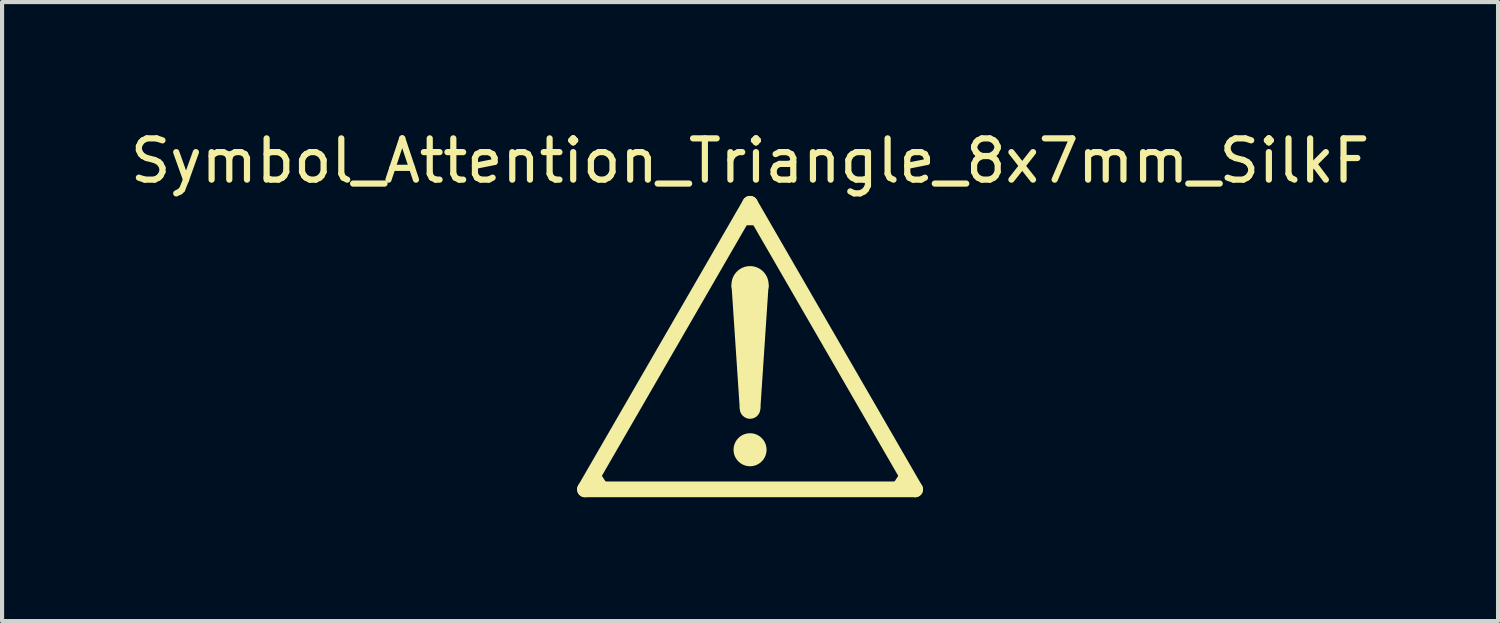
<source format=kicad_pcb>
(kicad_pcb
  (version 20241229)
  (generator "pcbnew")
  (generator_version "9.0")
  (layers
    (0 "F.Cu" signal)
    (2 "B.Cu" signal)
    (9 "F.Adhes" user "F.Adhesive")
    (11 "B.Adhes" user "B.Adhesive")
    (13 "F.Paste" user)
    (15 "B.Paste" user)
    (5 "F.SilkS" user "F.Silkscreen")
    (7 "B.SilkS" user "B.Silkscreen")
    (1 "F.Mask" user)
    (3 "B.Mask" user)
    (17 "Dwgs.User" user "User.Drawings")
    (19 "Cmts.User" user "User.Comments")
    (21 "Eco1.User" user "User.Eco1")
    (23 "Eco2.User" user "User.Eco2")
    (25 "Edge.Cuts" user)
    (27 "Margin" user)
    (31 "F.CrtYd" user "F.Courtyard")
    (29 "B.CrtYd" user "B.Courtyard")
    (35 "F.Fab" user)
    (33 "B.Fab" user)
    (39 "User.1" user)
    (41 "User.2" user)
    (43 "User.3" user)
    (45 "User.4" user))
  (footprint "Symbol_Attention_Triangle_8x7mm_SilkF"
    (layer "F.Cu")
    (at 15.125 5.348)
    (property "Reference" "Symbol_Attention_Triangle_8x7mm_SilkF" (at 0 -4.5 0) (layer "F.SilkS") (effects (font (size 1 1) (thickness 0.15))))
    (attr exclude_from_pos_files exclude_from_bom)
    (fp_line (start -4 3.46) (end 0 -3.46) (stroke (width 0.381) (type solid)) (layer "F.SilkS"))
    (fp_line (start -3.51 3.44) (end -3.776 3.031) (stroke (width 0.2) (type default)) (layer "F.SilkS"))
    (fp_line (start -0.15 -3.04) (end 0.16 -3.04) (stroke (width 0.2) (type default)) (layer "F.SilkS"))
    (fp_line (start 0 -3.46) (end 4 3.46) (stroke (width 0.381) (type solid)) (layer "F.SilkS"))
    (fp_line (start 3.51 3.44) (end 3.776 3.031) (stroke (width 0.2) (type default)) (layer "F.SilkS"))
    (fp_line (start 4 3.46) (end -4 3.46) (stroke (width 0.381) (type solid)) (layer "F.SilkS"))
    (fp_circle (center 0 -1.5) (end 0.45 -1.5) (stroke (width 0) (type solid)) (fill yes) (layer "F.SilkS"))
    (fp_circle (center 0 1.5) (end 0.25 1.5) (stroke (width 0) (type solid)) (fill yes) (layer "F.SilkS"))
    (fp_circle (center 0 2.5) (end 0.4 2.5) (stroke (width 0) (type solid)) (fill yes) (layer "F.SilkS"))
    (fp_poly (pts (xy -0.25 1.5) (xy 0.25 1.5) (xy 0.45 -1.5) (xy -0.45 -1.5)) (stroke (width 0) (type solid)) (fill yes) (layer "F.SilkS")))
  (gr_rect
    (start -3 -3)
    (end 33.25 11.999)
    (stroke (width 0.1) (type default))
    (fill no)
    (layer "Edge.Cuts")))
</source>
